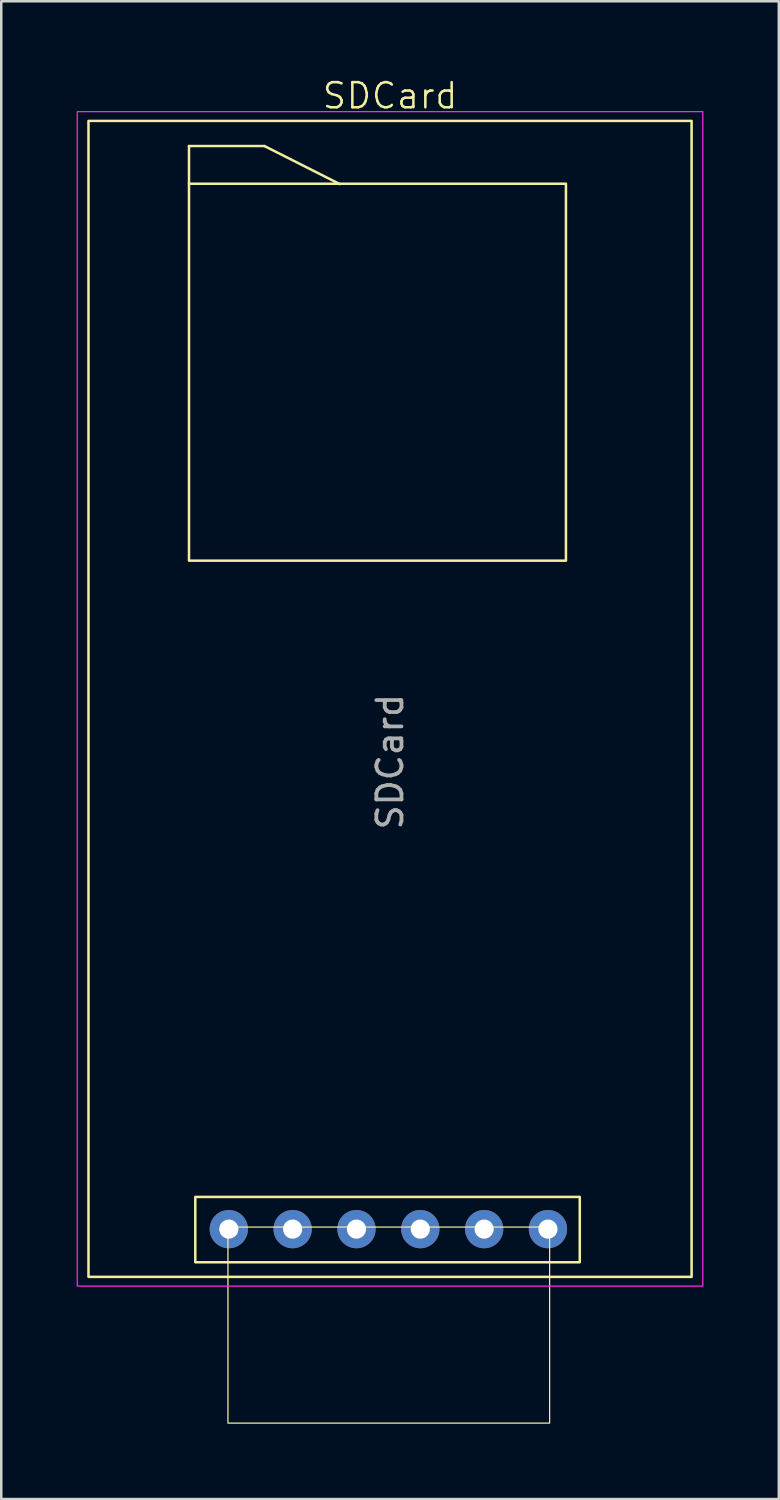
<source format=kicad_pcb>
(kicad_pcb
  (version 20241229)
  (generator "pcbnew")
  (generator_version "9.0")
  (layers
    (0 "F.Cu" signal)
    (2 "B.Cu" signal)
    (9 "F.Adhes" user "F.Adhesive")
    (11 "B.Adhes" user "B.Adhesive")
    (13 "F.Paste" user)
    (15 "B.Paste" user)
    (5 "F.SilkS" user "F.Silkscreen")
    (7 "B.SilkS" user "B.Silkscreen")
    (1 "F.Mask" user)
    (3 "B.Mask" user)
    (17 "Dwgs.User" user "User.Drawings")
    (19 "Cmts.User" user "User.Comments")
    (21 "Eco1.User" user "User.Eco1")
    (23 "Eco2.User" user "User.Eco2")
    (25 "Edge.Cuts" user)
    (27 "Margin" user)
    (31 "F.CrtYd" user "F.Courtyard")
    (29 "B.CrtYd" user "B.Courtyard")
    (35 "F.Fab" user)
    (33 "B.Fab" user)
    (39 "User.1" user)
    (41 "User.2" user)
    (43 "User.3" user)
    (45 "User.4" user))
  (footprint "SDCard"
    (layer "F.Cu")
    (at 12.471 24.761)
    (property "Reference" "SDCard" (at 0 -24 0) (unlocked yes) (layer "F.SilkS") (effects (font (size 1 1) (thickness 0.1))))
    (attr through_hole)
    (fp_line (start -8 -22) (end -5 -22) (stroke (width 0.1) (type default)) (layer "F.SilkS"))
    (fp_line (start -8 -20.5) (end -8 -22) (stroke (width 0.1) (type default)) (layer "F.SilkS"))
    (fp_line (start -5 -22) (end -2 -20.485) (stroke (width 0.1) (type default)) (layer "F.SilkS"))
    (fp_rect (start -12 -23) (end 12 23) (stroke (width 0.1) (type default)) (fill no) (layer "F.SilkS"))
    (fp_rect (start -8 -20.5) (end 7 -5.5) (stroke (width 0.1) (type default)) (fill no) (layer "F.SilkS"))
    (fp_rect (start -7.75 19.818) (end 7.55 22.418) (stroke (width 0.1) (type default)) (fill no) (layer "F.SilkS"))
    (fp_rect (start -6.45 21.018) (end 6.35 28.818) (stroke (width 0.05) (type default)) (fill no) (layer "F.SilkS"))
    (fp_rect (start -12.446 -23.368) (end 12.446 23.368) (stroke (width 0.05) (type default)) (fill no) (layer "F.CrtYd"))
    (fp_text user "${REFERENCE}" (at 0 2.5 90) (unlocked yes) (layer "F.Fab") (effects (font (size 1 1) (thickness 0.15))))
    (pad "1" thru_hole circle (at -6.416 21.1) (size 1.524 1.524) (drill 0.762) (layers "*.Cu" "*.Mask"))
    (pad "2" thru_hole circle (at -3.876 21.1) (size 1.524 1.524) (drill 0.762) (layers "*.Cu" "*.Mask"))
    (pad "3" thru_hole circle (at -1.336 21.1) (size 1.524 1.524) (drill 0.762) (layers "*.Cu" "*.Mask"))
    (pad "4" thru_hole circle (at 1.204 21.1) (size 1.524 1.524) (drill 0.762) (layers "*.Cu" "*.Mask"))
    (pad "5" thru_hole circle (at 3.744 21.1) (size 1.524 1.524) (drill 0.762) (layers "*.Cu" "*.Mask"))
    (pad "6" thru_hole circle (at 6.284 21.1) (size 1.524 1.524) (drill 0.762) (layers "*.Cu" "*.Mask")))
  (gr_rect
    (start -3 -3)
    (end 27.942 56.603)
    (stroke (width 0.1) (type default))
    (fill no)
    (layer "Edge.Cuts")))
</source>
